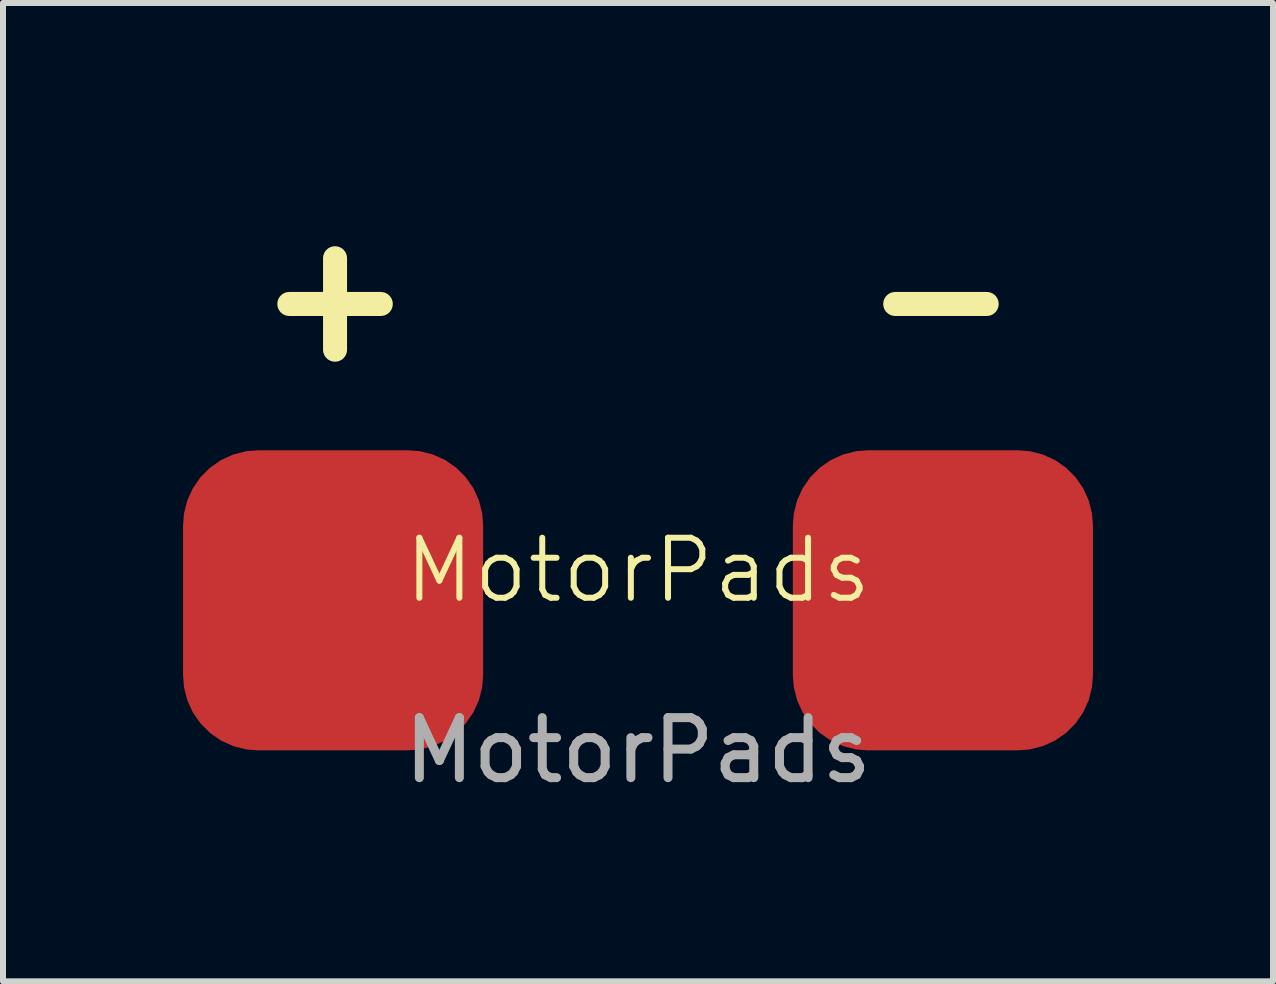
<source format=kicad_pcb>
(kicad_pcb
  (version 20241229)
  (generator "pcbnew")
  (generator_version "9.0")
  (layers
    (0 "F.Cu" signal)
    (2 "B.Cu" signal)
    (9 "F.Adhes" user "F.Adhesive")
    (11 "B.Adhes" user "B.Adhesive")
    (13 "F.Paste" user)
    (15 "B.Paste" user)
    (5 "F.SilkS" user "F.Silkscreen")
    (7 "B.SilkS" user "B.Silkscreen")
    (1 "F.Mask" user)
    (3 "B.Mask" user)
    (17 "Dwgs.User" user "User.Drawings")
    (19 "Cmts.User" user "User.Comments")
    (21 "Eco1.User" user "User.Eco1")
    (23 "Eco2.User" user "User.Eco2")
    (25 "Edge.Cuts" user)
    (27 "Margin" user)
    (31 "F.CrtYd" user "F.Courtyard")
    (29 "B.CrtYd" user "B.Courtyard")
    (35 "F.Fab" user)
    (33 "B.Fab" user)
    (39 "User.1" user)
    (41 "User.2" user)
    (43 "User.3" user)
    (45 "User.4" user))
  (footprint "MotorPads"
    (layer "F.Cu")
    (at 7.58 6.952)
    (property "Reference" "MotorPads" (at 0 -0.5 0) (unlocked yes) (layer "F.SilkS") (effects (font (size 1 1) (thickness 0.1))))
    (attr smd)
    (fp_text user "+     -" (at 0 -5.08 0) (unlocked yes) (layer "F.SilkS") (effects (font (size 2 2) (thickness 0.4) (bold yes))))
    (fp_text user "${REFERENCE}" (at 0 2.5 0) (unlocked yes) (layer "F.Fab") (effects (font (size 1 1) (thickness 0.15))))
    (pad "1" smd roundrect (at -5.08 0) (size 5 5) (layers "F.Cu" "F.Mask" "F.Paste") (roundrect_rratio 0.25))
    (pad "2" smd roundrect (at 5.08 0) (size 5 5) (layers "F.Cu" "F.Mask" "F.Paste") (roundrect_rratio 0.25)))
  (gr_rect
    (start -3 -3)
    (end 18.16 13.3)
    (stroke (width 0.1) (type default))
    (fill no)
    (layer "Edge.Cuts")))
</source>
